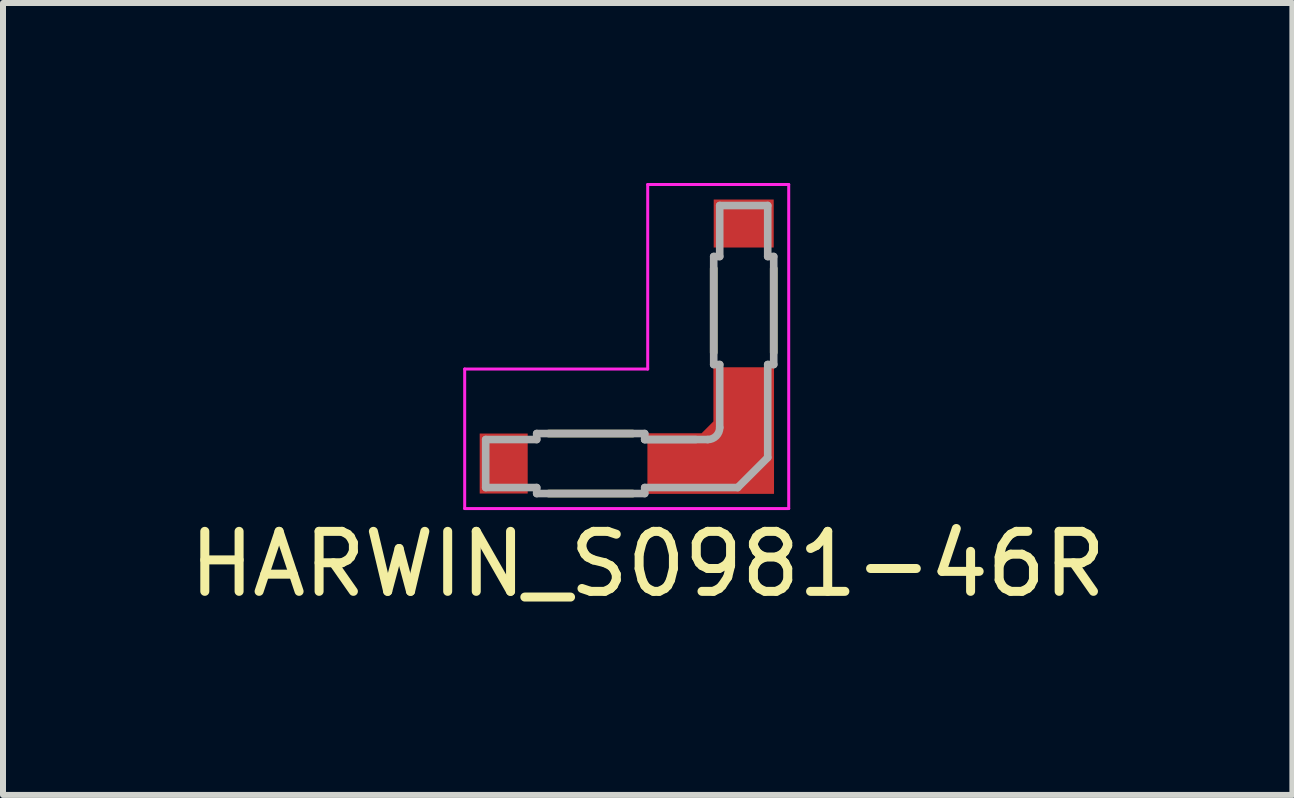
<source format=kicad_pcb>
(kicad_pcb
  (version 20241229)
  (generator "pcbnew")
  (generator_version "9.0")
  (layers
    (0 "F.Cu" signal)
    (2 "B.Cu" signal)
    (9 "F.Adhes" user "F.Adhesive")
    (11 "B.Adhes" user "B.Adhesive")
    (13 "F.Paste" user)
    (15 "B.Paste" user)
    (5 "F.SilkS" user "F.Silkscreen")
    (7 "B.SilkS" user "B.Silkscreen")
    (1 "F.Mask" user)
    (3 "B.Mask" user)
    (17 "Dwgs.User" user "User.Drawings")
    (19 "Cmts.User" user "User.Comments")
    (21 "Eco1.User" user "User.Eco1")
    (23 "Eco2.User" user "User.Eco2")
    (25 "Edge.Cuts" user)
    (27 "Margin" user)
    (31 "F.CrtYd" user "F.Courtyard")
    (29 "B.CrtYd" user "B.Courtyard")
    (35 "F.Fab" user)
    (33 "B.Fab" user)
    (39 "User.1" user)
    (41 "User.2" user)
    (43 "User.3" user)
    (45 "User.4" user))
  (footprint "HARWIN_S0981-46R"
    (layer "F.Cu")
    (at 4.944 5.175)
    (property "Reference" "HARWIN_S0981-46R" (at 2.8 1.175 0) (layer "F.SilkS") (effects (font (size 1 1) (thickness 0.15))))
    (attr smd)
    (fp_poly (pts (xy 2.7 -1.1) (xy 2.7 0.1) (xy 5 0.1) (xy 5 -2.2) (xy 3.8 -2.2) (xy 3.8 -1.25) (xy 3.65 -1.1)) (stroke (width 0.01) (type solid)) (fill yes) (layer "F.Mask"))
    (fp_line (start 1.15 0) (end 2.55 0) (stroke (width 0.127) (type solid)) (layer "F.SilkS"))
    (fp_line (start 2.55 -1) (end 1.15 -1) (stroke (width 0.127) (type solid)) (layer "F.SilkS"))
    (fp_line (start 3.9 -3.75) (end 3.9 -2.35) (stroke (width 0.127) (type solid)) (layer "F.SilkS"))
    (fp_line (start 4.9 -2.35) (end 4.9 -3.75) (stroke (width 0.127) (type solid)) (layer "F.SilkS"))
    (fp_poly (pts (xy 2.8 -1) (xy 2.8 0) (xy 4.9 0) (xy 4.9 -2.1) (xy 3.9 -2.1) (xy 3.9 -1.2) (xy 3.7 -1)) (stroke (width 0.01) (type solid)) (fill yes) (layer "F.Paste"))
    (fp_line (start -0.25 -2.075) (end -0.25 0.25) (stroke (width 0.05) (type solid)) (layer "F.CrtYd"))
    (fp_line (start -0.25 -2.075) (end 2.8 -2.075) (stroke (width 0.05) (type default)) (layer "F.CrtYd"))
    (fp_line (start -0.25 0.25) (end 5.15 0.25) (stroke (width 0.05) (type solid)) (layer "F.CrtYd"))
    (fp_line (start 2.8 -2.075) (end 2.8 -5.15) (stroke (width 0.05) (type default)) (layer "F.CrtYd"))
    (fp_line (start 5.15 -5.15) (end 2.8 -5.15) (stroke (width 0.05) (type solid)) (layer "F.CrtYd"))
    (fp_line (start 5.15 0.25) (end 5.15 -5.15) (stroke (width 0.05) (type solid)) (layer "F.CrtYd"))
    (fp_line (start 0.1 -0.1) (end 0.1 -0.9) (stroke (width 0.127) (type solid)) (layer "F.Fab"))
    (fp_line (start 0.95 -1) (end 2.75 -1) (stroke (width 0.127) (type solid)) (layer "F.Fab"))
    (fp_line (start 0.95 -0.9) (end 0.1 -0.9) (stroke (width 0.127) (type solid)) (layer "F.Fab"))
    (fp_line (start 0.95 -0.9) (end 0.95 -1) (stroke (width 0.127) (type solid)) (layer "F.Fab"))
    (fp_line (start 0.95 -0.1) (end 0.1 -0.1) (stroke (width 0.127) (type solid)) (layer "F.Fab"))
    (fp_line (start 0.95 -0.1) (end 0.95 0) (stroke (width 0.127) (type solid)) (layer "F.Fab"))
    (fp_line (start 0.95 0) (end 2.75 0) (stroke (width 0.127) (type solid)) (layer "F.Fab"))
    (fp_line (start 2.75 -0.9) (end 2.75 -1) (stroke (width 0.127) (type solid)) (layer "F.Fab"))
    (fp_line (start 2.75 -0.9) (end 3.6 -0.9) (stroke (width 0.127) (type solid)) (layer "F.Fab"))
    (fp_line (start 2.75 -0.1) (end 2.75 0) (stroke (width 0.127) (type solid)) (layer "F.Fab"))
    (fp_line (start 3.8 -0.9) (end 2.75 -0.9) (stroke (width 0.127) (type solid)) (layer "F.Fab"))
    (fp_line (start 3.9 -3.95) (end 3.9 -2.15) (stroke (width 0.127) (type solid)) (layer "F.Fab"))
    (fp_line (start 4 -4.8) (end 4 -3.95) (stroke (width 0.127) (type solid)) (layer "F.Fab"))
    (fp_line (start 4 -3.95) (end 3.9 -3.95) (stroke (width 0.127) (type solid)) (layer "F.Fab"))
    (fp_line (start 4 -2.15) (end 3.9 -2.15) (stroke (width 0.127) (type solid)) (layer "F.Fab"))
    (fp_line (start 4 -2.15) (end 4 -1.1) (stroke (width 0.127) (type solid)) (layer "F.Fab"))
    (fp_line (start 4.3 -0.1) (end 2.75 -0.1) (stroke (width 0.127) (type solid)) (layer "F.Fab"))
    (fp_line (start 4.3 -0.1) (end 4.8 -0.6) (stroke (width 0.127) (type solid)) (layer "F.Fab"))
    (fp_line (start 4.8 -4.8) (end 4 -4.8) (stroke (width 0.127) (type solid)) (layer "F.Fab"))
    (fp_line (start 4.8 -4.8) (end 4.8 -3.95) (stroke (width 0.127) (type solid)) (layer "F.Fab"))
    (fp_line (start 4.8 -3.95) (end 4.9 -3.95) (stroke (width 0.127) (type solid)) (layer "F.Fab"))
    (fp_line (start 4.8 -2.15) (end 4.8 -0.6) (stroke (width 0.127) (type solid)) (layer "F.Fab"))
    (fp_line (start 4.8 -2.15) (end 4.9 -2.15) (stroke (width 0.127) (type solid)) (layer "F.Fab"))
    (fp_line (start 4.9 -3.95) (end 4.9 -2.15) (stroke (width 0.127) (type solid)) (layer "F.Fab"))
    (fp_arc (start 4 -1.1) (mid 3.941421 -0.958579) (end 3.8 -0.9) (stroke (width 0.127) (type solid)) (layer "F.Fab"))
    (pad "SH1" smd rect (at 0.4 -0.5) (size 0.8 1) (layers "F.Cu" "F.Mask" "F.Paste"))
    (pad "SH2" smd custom (at 4.3 -0.6) (size 0.8 0.8) (layers "F.Cu") (options (anchor rect)) (primitives (gr_poly (pts (xy -1.5 -0.4) (xy -1.5 0.6) (xy 0.6 0.6) (xy 0.6 -1.5) (xy -0.4 -1.5) (xy -0.4 -0.6) (xy -0.6 -0.4)) (width 0.01) (fill yes))))
    (pad "SH3" smd rect (at 4.4 -4.5) (size 1 0.8) (layers "F.Cu" "F.Mask" "F.Paste")))
  (gr_rect
    (start -3 -3)
    (end 18.488 10.198)
    (stroke (width 0.1) (type default))
    (fill no)
    (layer "Edge.Cuts")))
</source>
